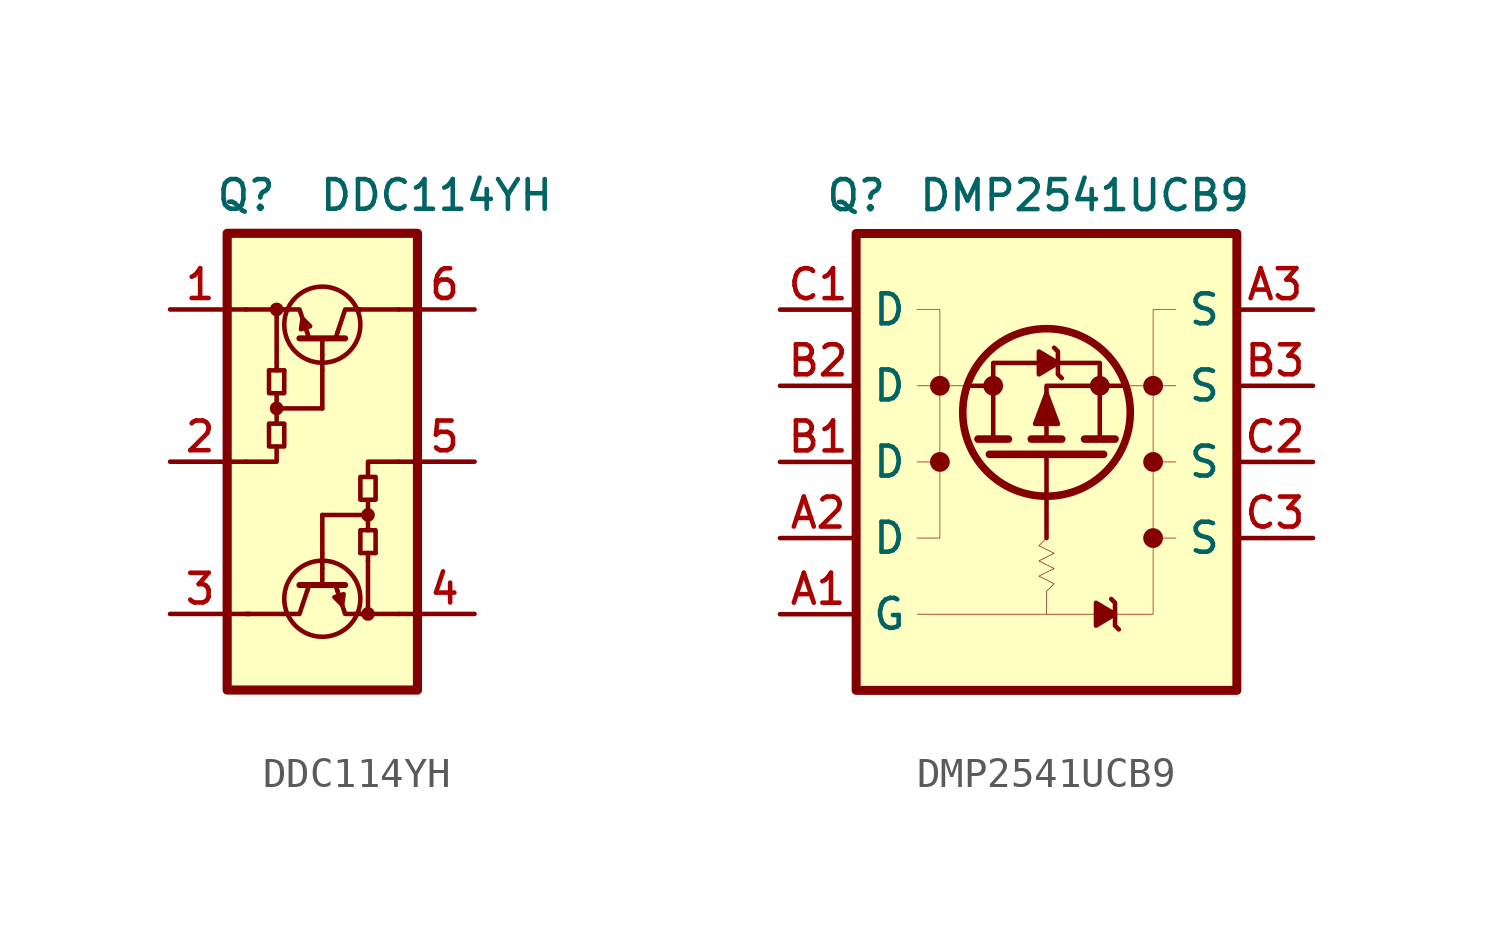
<source format=kicad_sym>
(kicad_symbol_lib
  (version 20201005)
  (generator kicad_symbol_editor)
  (symbol "HD_LibDB:DDC114YH"
    (pin_names
      (offset 1.016) hide)
    (property "Reference" "Q"
      (at -2.54 7.62 0)
      (effects (font (size 0.991 0.991))))
    (property "Value" "DDC114YH"
      (at 3.81 7.62 0)
      (effects (font (size 0.991 0.991))))
    (symbol "DDC114YH_1_1"
      (circle (center -1.524 0.508) (radius 0.152) (stroke (width 0)) (fill (type none)))
      (circle (center -1.524 3.81) (radius 0.152) (stroke (width 0)) (fill (type none)))
      (circle (center 0 -5.842) (radius 1.27) (stroke (width 0.152)) (fill (type none)))
      (circle (center 0 3.302) (radius 1.27) (stroke (width 0.152)) (fill (type none)))
      (circle (center 1.524 -6.35) (radius 0.152) (stroke (width 0)) (fill (type none)))
      (circle (center 1.524 -3.048) (radius 0.152) (stroke (width 0)) (fill (type none)))
      (rectangle (start 3.175 6.35) (end -3.175 -8.89) (stroke (width 0.305)) (fill (type background)))
      (polyline (pts (xy -2.54 -6.35) (xy -1.27 -6.35)) (stroke (width 0.152)) (fill (type none)))
      (polyline (pts (xy -2.54 -1.27) (xy -3.175 -1.27)) (stroke (width 0.152)) (fill (type none)))
      (polyline (pts (xy -2.54 3.81) (xy -3.175 3.81)) (stroke (width 0.152)) (fill (type none)))
      (polyline (pts (xy -2.413 -6.35) (xy -3.175 -6.35)) (stroke (width 0.152)) (fill (type none)))
      (polyline (pts (xy -1.778 1.778) (xy -1.27 1.778)) (stroke (width 0.152)) (fill (type none)))
      (polyline (pts (xy -1.524 2.032) (xy -1.524 1.778)) (stroke (width 0)) (fill (type none)))
      (polyline (pts (xy -1.524 3.81) (xy -1.524 2.032)) (stroke (width 0.152)) (fill (type none)))
      (polyline (pts (xy -1.27 3.81) (xy -2.54 3.81)) (stroke (width 0.152)) (fill (type none)))
      (polyline (pts (xy -0.762 2.845) (xy 0.762 2.845)) (stroke (width 0.203)) (fill (type none)))
      (polyline (pts (xy -0.508 -5.588) (xy -0.457 -5.436)) (stroke (width 0)) (fill (type none)))
      (polyline (pts (xy -0.508 3.048) (xy -0.457 2.896)) (stroke (width 0)) (fill (type none)))
      (polyline (pts (xy 0 -4.826) (xy 0 -5.334)) (stroke (width 0)) (fill (type none)))
      (polyline (pts (xy 0 -4.826) (xy 0 -4.572)) (stroke (width 0.152)) (fill (type none)))
      (polyline (pts (xy 0 -4.318) (xy 0 -4.572)) (stroke (width 0)) (fill (type none)))
      (polyline (pts (xy 0 -4.318) (xy 0 -3.048)) (stroke (width 0.152)) (fill (type none)))
      (polyline (pts (xy 0 1.778) (xy 0 0.508)) (stroke (width 0.152)) (fill (type none)))
      (polyline (pts (xy 0 1.778) (xy 0 2.032)) (stroke (width 0)) (fill (type none)))
      (polyline (pts (xy 0 2.286) (xy 0 2.032)) (stroke (width 0.152)) (fill (type none)))
      (polyline (pts (xy 0 2.286) (xy 0 2.794)) (stroke (width 0)) (fill (type none)))
      (polyline (pts (xy 0.508 -5.588) (xy 0.457 -5.436)) (stroke (width 0)) (fill (type none)))
      (polyline (pts (xy 0.508 3.048) (xy 0.457 2.896)) (stroke (width 0)) (fill (type none)))
      (polyline (pts (xy 0.762 -5.385) (xy -0.762 -5.385)) (stroke (width 0.203)) (fill (type none)))
      (polyline (pts (xy 1.27 -6.35) (xy 2.54 -6.35)) (stroke (width 0.152)) (fill (type none)))
      (polyline (pts (xy 1.524 -6.35) (xy 1.524 -4.572)) (stroke (width 0.152)) (fill (type none)))
      (polyline (pts (xy 1.524 -4.572) (xy 1.524 -4.318)) (stroke (width 0)) (fill (type none)))
      (polyline (pts (xy 1.778 -4.318) (xy 1.27 -4.318)) (stroke (width 0.152)) (fill (type none)))
      (polyline (pts (xy 2.54 -6.35) (xy 3.302 -6.35)) (stroke (width 0.152)) (fill (type none)))
      (polyline (pts (xy 2.54 -1.27) (xy 3.302 -1.27)) (stroke (width 0.152)) (fill (type none)))
      (polyline (pts (xy 2.54 3.81) (xy 1.27 3.81)) (stroke (width 0.152)) (fill (type none)))
      (polyline (pts (xy 2.54 3.81) (xy 3.175 3.81)) (stroke (width 0.152)) (fill (type none)))
      (polyline (pts (xy -1.524 -0.762) (xy -1.524 -1.27) (xy -2.54 -1.27)) (stroke (width 0.152)) (fill (type none)))
      (polyline (pts (xy -1.524 1.016) (xy -1.524 0.508) (xy 0 0.508)) (stroke (width 0.152)) (fill (type none)))
      (polyline (pts (xy -1.27 -6.35) (xy -0.762 -6.35) (xy -0.508 -5.588)) (stroke (width 0)) (fill (type none)))
      (polyline (pts (xy -0.508 3.048) (xy -0.762 3.81) (xy -1.27 3.81)) (stroke (width 0.152)) (fill (type none)))
      (polyline (pts (xy 0.508 -5.588) (xy 0.762 -6.35) (xy 1.27 -6.35)) (stroke (width 0.152)) (fill (type none)))
      (polyline (pts (xy 1.27 3.81) (xy 0.762 3.81) (xy 0.508 3.048)) (stroke (width 0)) (fill (type none)))
      (polyline (pts (xy 1.524 -3.556) (xy 1.524 -3.048) (xy 0 -3.048)) (stroke (width 0.152)) (fill (type none)))
      (polyline (pts (xy 1.524 -1.778) (xy 1.524 -1.27) (xy 2.54 -1.27)) (stroke (width 0.152)) (fill (type none)))
      (polyline (pts (xy -1.27 1.778) (xy -1.27 1.016) (xy -1.778 1.016) (xy -1.778 1.778)) (stroke (width 0.152)) (fill (type none)))
      (polyline (pts (xy -0.66 3.505) (xy -0.711 3.15) (xy -0.406 3.251) (xy -0.66 3.505)) (stroke (width 0)) (fill (type none)))
      (polyline (pts (xy 0.66 -6.045) (xy 0.711 -5.69) (xy 0.406 -5.791) (xy 0.66 -6.045)) (stroke (width 0)) (fill (type none)))
      (polyline (pts (xy 1.27 -4.318) (xy 1.27 -3.556) (xy 1.778 -3.556) (xy 1.778 -4.318)) (stroke (width 0.152)) (fill (type none)))
      (polyline (pts (xy -1.524 0.508) (xy -1.524 0.254) (xy -1.524 0) (xy -1.778 0) (xy -1.778 -0.762) (xy -1.27 -0.762) (xy -1.27 0) (xy -1.524 0)) (stroke (width 0.152)) (fill (type none)))
      (polyline (pts (xy 1.524 -3.048) (xy 1.524 -2.794) (xy 1.524 -2.54) (xy 1.778 -2.54) (xy 1.778 -1.778) (xy 1.27 -1.778) (xy 1.27 -2.54) (xy 1.524 -2.54)) (stroke (width 0.152)) (fill (type none)))
      (pin output line (at -5.08 3.81 0) (length 2.007) (name "E1" (effects (font (size 1.27 1.27)))) (number "1" (effects (font (size 0.991 0.991)))))
      (pin input line (at -5.08 -1.27 0) (length 2.007) (name "B1" (effects (font (size 1.27 1.27)))) (number "2" (effects (font (size 0.991 0.991)))))
      (pin input line (at -5.08 -6.35 0) (length 2.007) (name "C2" (effects (font (size 1.27 1.27)))) (number "3" (effects (font (size 0.991 0.991)))))
      (pin output line (at 5.08 -6.35 180) (length 2.007) (name "E2" (effects (font (size 1.27 1.27)))) (number "4" (effects (font (size 0.991 0.991)))))
      (pin input line (at 5.08 -1.27 180) (length 2.007) (name "B2" (effects (font (size 1.27 1.27)))) (number "5" (effects (font (size 0.991 0.991)))))
      (pin input line (at 5.08 3.81 180) (length 2.007) (name "C1" (effects (font (size 1.27 1.27)))) (number "6" (effects (font (size 0.991 0.991)))))))
  (symbol "HD_LibDB:DMP2541UCB9"
    (property "Reference" "Q"
      (at -6.35 7.62 0)
      (effects (font (size 1 1))))
    (property "Value" "DMP2541UCB9"
      (at 1.27 7.62 0)
      (effects (font (size 1 1))))
    (symbol "DMP2541UCB9_0_1"
      (circle (center 0 0.381) (radius 2.794) (stroke (width 0.254)) (fill (type none)))
      (circle (center 1.778 1.27) (radius 0.254) (stroke (width 0)) (fill (type outline)))
      (circle (center -1.778 1.27) (radius 0.254) (stroke (width 0)) (fill (type outline)))
      (circle (center -3.556 1.27) (radius 0.254) (stroke (width 0)) (fill (type outline)))
      (circle (center -3.556 -1.27) (radius 0.254) (stroke (width 0)) (fill (type outline)))
      (circle (center 3.556 -1.27) (radius 0.254) (stroke (width 0)) (fill (type outline)))
      (circle (center 3.556 1.27) (radius 0.254) (stroke (width 0)) (fill (type outline)))
      (circle (center 3.556 -3.81) (radius 0.254) (stroke (width 0)) (fill (type outline)))
      (rectangle (start -6.35 6.35) (end 6.35 -8.89) (stroke (width 0.3)) (fill (type background)))
      (polyline (pts (xy 0 -1.016) (xy 0 -3.81)) (stroke (width 0)) (fill (type none)))
      (polyline (pts (xy -1.905 -1.016) (xy 1.905 -1.016)) (stroke (width 0.254)) (fill (type none)))
      (polyline (pts (xy 1.27 -0.508) (xy 2.286 -0.508)) (stroke (width 0.254)) (fill (type none)))
      (polyline (pts (xy -0.508 -0.508) (xy 0.508 -0.508)) (stroke (width 0.254)) (fill (type none)))
      (polyline (pts (xy -2.286 -0.508) (xy -1.27 -0.508)) (stroke (width 0.254)) (fill (type none)))
      (polyline (pts (xy -2.54 1.27) (xy -1.778 1.27)) (stroke (width 0)) (fill (type none)))
      (polyline (pts (xy 2.54 1.27) (xy 0 1.27) (xy 0 -0.508)) (stroke (width 0)) (fill (type none)))
      (polyline (pts (xy -1.778 -0.508) (xy -1.778 2.032) (xy 1.778 2.032) (xy 1.778 -0.508)) (stroke (width 0)) (fill (type none)))
      (polyline (pts (xy 0 1.016) (xy -0.381 0) (xy 0.381 0) (xy 0 1.016)) (stroke (width 0)) (fill (type outline)))
      (polyline (pts (xy 0.508 1.524) (xy 0.381 1.651) (xy 0.381 2.413) (xy 0.254 2.54)) (stroke (width 0)) (fill (type none)))
      (polyline (pts (xy 0.381 2.032) (xy -0.254 1.651) (xy -0.254 2.413) (xy 0.381 2.032)) (stroke (width 0)) (fill (type outline)))
      (polyline (pts (xy -4.318 1.27) (xy -3.556 1.27) (xy -3.556 3.81) (xy -4.318 3.81)) (stroke (width 0.001)) (fill (type none)))
      (polyline (pts (xy -3.556 1.27) (xy -3.556 -1.27) (xy -4.318 -1.27)) (stroke (width 0.001)) (fill (type none)))
      (polyline (pts (xy -3.556 1.27) (xy -2.286 1.27)) (stroke (width 0.001)) (fill (type none)))
      (polyline (pts (xy -3.556 -1.016) (xy -3.556 -3.81) (xy -4.318 -3.81)) (stroke (width 0.001)) (fill (type none)))
      (polyline (pts (xy 3.556 -1.016) (xy 3.556 -3.81) (xy 4.318 -3.81)) (stroke (width 0.001)) (fill (type none)))
      (polyline (pts (xy 3.556 1.27) (xy 2.286 1.27)) (stroke (width 0.001)) (fill (type none)))
      (polyline (pts (xy 3.556 1.27) (xy 3.556 -1.27) (xy 4.318 -1.27)) (stroke (width 0.001)) (fill (type none)))
      (polyline (pts (xy 4.318 1.27) (xy 3.556 1.27) (xy 3.556 3.81) (xy 4.318 3.81)) (stroke (width 0.001)) (fill (type none)))
      (polyline (pts (xy 0 -3.81) (xy -0.254 -4.064) (xy 0.254 -4.318) (xy -0.254 -4.572) (xy 0.254 -4.826) (xy -0.254 -5.08) (xy 0.254 -5.334) (xy 0 -5.588) (xy 0 -6.35) (xy -4.318 -6.35)) (stroke (width 0.001)) (fill (type none)))
      (polyline (pts (xy 2.413 -6.858) (xy 2.286 -6.731) (xy 2.286 -5.969) (xy 2.159 -5.842)) (stroke (width 0)) (fill (type none)))
      (polyline (pts (xy 2.286 -6.35) (xy 1.651 -6.731) (xy 1.651 -5.969) (xy 2.286 -6.35)) (stroke (width 0)) (fill (type outline)))
      (polyline (pts (xy 3.556 -3.81) (xy 3.556 -6.35) (xy 2.286 -6.35)) (stroke (width 0.001)) (fill (type none)))
      (polyline (pts (xy 1.778 -6.35) (xy 0 -6.35)) (stroke (width 0.001)) (fill (type none))))
    (symbol "DMP2541UCB9_1_1"
      (pin input line (at 8.89 3.81 180) (length 2.54) (name "S" (effects (font (size 1 1)))) (number "A3" (effects (font (size 1 1)))))
      (pin input line (at 8.89 1.27 180) (length 2.54) (name "S" (effects (font (size 1 1)))) (number "B3" (effects (font (size 1 1)))))
      (pin input line (at 8.89 -1.27 180) (length 2.54) (name "S" (effects (font (size 1 1)))) (number "C2" (effects (font (size 1 1)))))
      (pin input line (at 8.89 -3.81 180) (length 2.54) (name "S" (effects (font (size 1 1)))) (number "C3" (effects (font (size 1 1)))))
      (pin input line (at -8.89 -1.27 0) (length 2.54) (name "D" (effects (font (size 1 1)))) (number "B1" (effects (font (size 1 1)))))
      (pin input line (at -8.89 -6.35 0) (length 2.54) (name "G" (effects (font (size 1 1)))) (number "A1" (effects (font (size 1 1)))))
      (pin input line (at -8.89 1.27 0) (length 2.54) (name "D" (effects (font (size 1 1)))) (number "B2" (effects (font (size 1 1)))))
      (pin input line (at -8.89 3.81 0) (length 2.54) (name "D" (effects (font (size 1 1)))) (number "C1" (effects (font (size 1 1)))))
      (pin input line (at -8.89 -3.81 0) (length 2.54) (name "D" (effects (font (size 1 1)))) (number "A2" (effects (font (size 1 1))))))))
</source>
